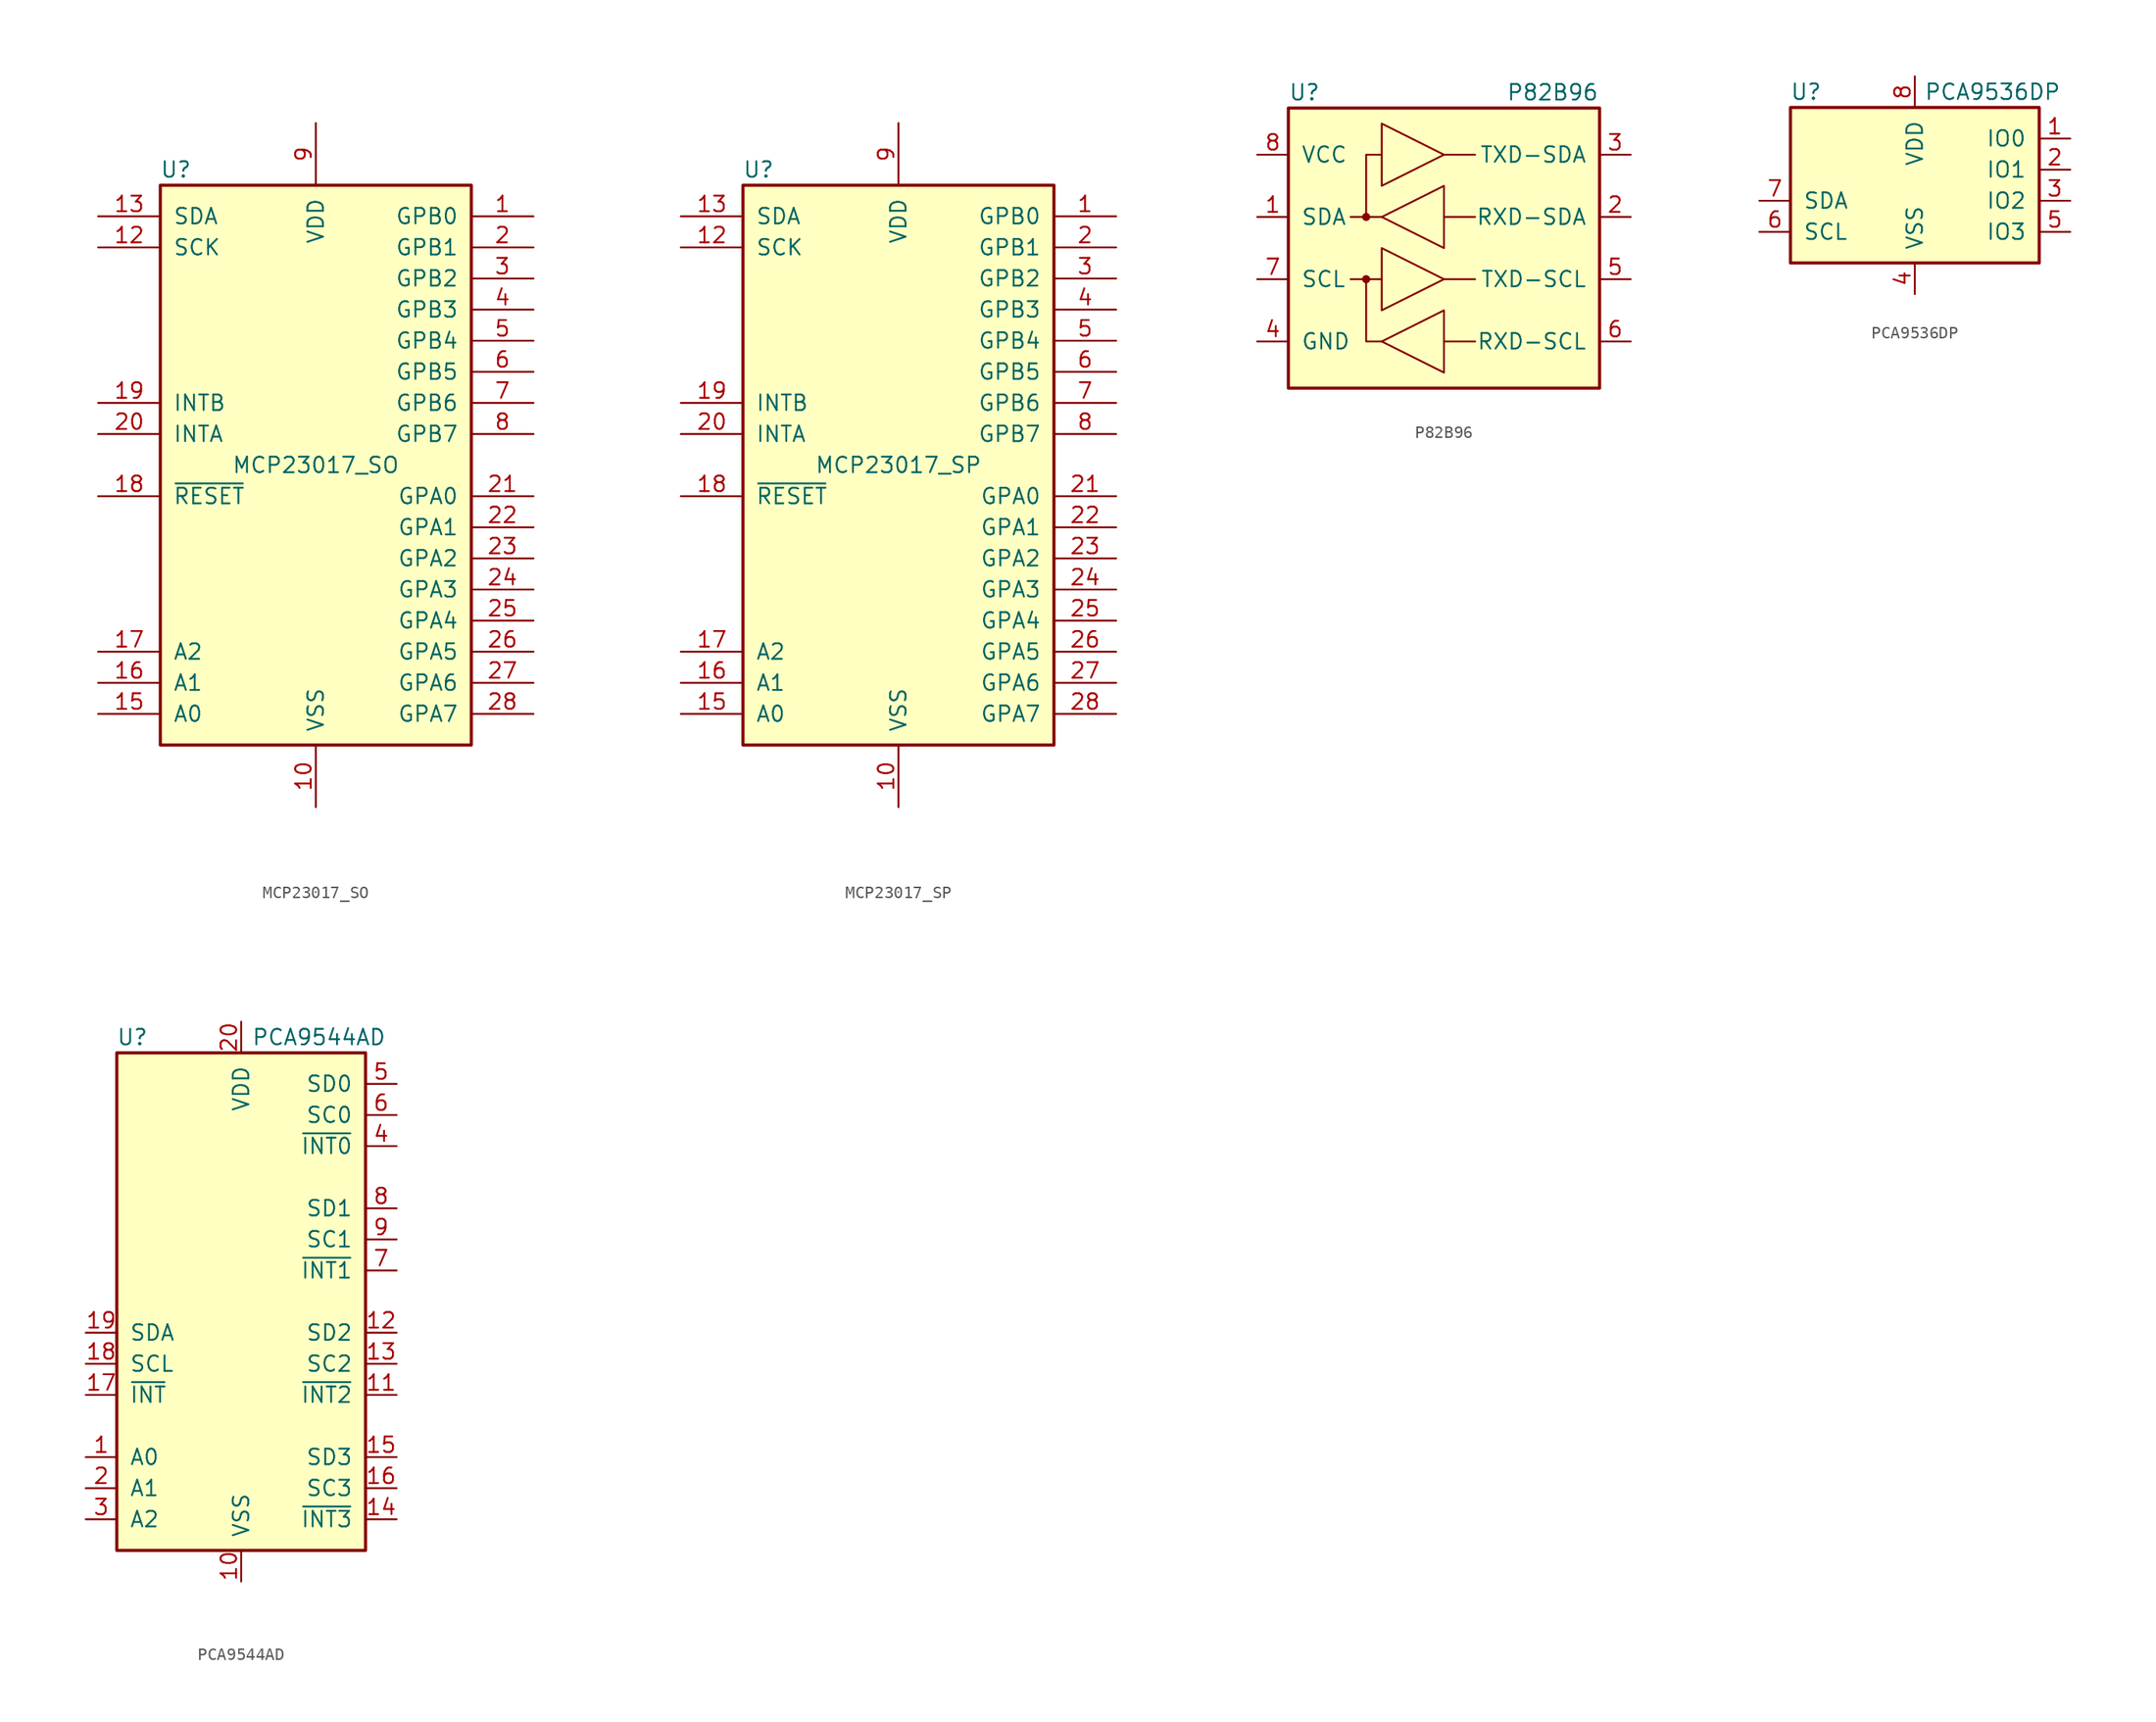
<source format=kicad_sym>
(kicad_symbol_lib
  (version 20201005)
  (generator kicad_symbol_editor)
  (symbol "MCP23017_SO"
    (pin_names
      (offset 1.016))
    (property "Reference" "U"
      (at -11.43 24.13 0)
      (effects (font (size 1.27 1.27))))
    (property "Value" "MCP23017_SO"
      (at 0 0 0)
      (effects (font (size 1.27 1.27))))
    (symbol "MCP23017_SO_0_1"
      (rectangle (start -12.7 22.86) (end 12.7 -22.86) (stroke (width 0.254)) (fill (type background))))
    (symbol "MCP23017_SO_1_1"
      (pin bidirectional line (at 17.78 20.32 180) (length 5.08) (name "GPB0" (effects (font (size 1.27 1.27)))) (number "1" (effects (font (size 1.27 1.27)))))
      (pin power_in line (at 0 -27.94 90) (length 5.08) (name "VSS" (effects (font (size 1.27 1.27)))) (number "10" (effects (font (size 1.27 1.27)))))
      (pin no_connect line (at -12.7 15.24 0) (length 5.08) hide (name "NC" (effects (font (size 1.27 1.27)))) (number "11" (effects (font (size 1.27 1.27)))))
      (pin input line (at -17.78 17.78 0) (length 5.08) (name "SCK" (effects (font (size 1.27 1.27)))) (number "12" (effects (font (size 1.27 1.27)))))
      (pin bidirectional line (at -17.78 20.32 0) (length 5.08) (name "SDA" (effects (font (size 1.27 1.27)))) (number "13" (effects (font (size 1.27 1.27)))))
      (pin no_connect line (at -12.7 12.7 0) (length 5.08) hide (name "NC" (effects (font (size 1.27 1.27)))) (number "14" (effects (font (size 1.27 1.27)))))
      (pin input line (at -17.78 -20.32 0) (length 5.08) (name "A0" (effects (font (size 1.27 1.27)))) (number "15" (effects (font (size 1.27 1.27)))))
      (pin input line (at -17.78 -17.78 0) (length 5.08) (name "A1" (effects (font (size 1.27 1.27)))) (number "16" (effects (font (size 1.27 1.27)))))
      (pin input line (at -17.78 -15.24 0) (length 5.08) (name "A2" (effects (font (size 1.27 1.27)))) (number "17" (effects (font (size 1.27 1.27)))))
      (pin input line (at -17.78 -2.54 0) (length 5.08) (name "~RESET~" (effects (font (size 1.27 1.27)))) (number "18" (effects (font (size 1.27 1.27)))))
      (pin tri_state line (at -17.78 5.08 0) (length 5.08) (name "INTB" (effects (font (size 1.27 1.27)))) (number "19" (effects (font (size 1.27 1.27)))))
      (pin bidirectional line (at 17.78 17.78 180) (length 5.08) (name "GPB1" (effects (font (size 1.27 1.27)))) (number "2" (effects (font (size 1.27 1.27)))))
      (pin tri_state line (at -17.78 2.54 0) (length 5.08) (name "INTA" (effects (font (size 1.27 1.27)))) (number "20" (effects (font (size 1.27 1.27)))))
      (pin bidirectional line (at 17.78 -2.54 180) (length 5.08) (name "GPA0" (effects (font (size 1.27 1.27)))) (number "21" (effects (font (size 1.27 1.27)))))
      (pin bidirectional line (at 17.78 -5.08 180) (length 5.08) (name "GPA1" (effects (font (size 1.27 1.27)))) (number "22" (effects (font (size 1.27 1.27)))))
      (pin bidirectional line (at 17.78 -7.62 180) (length 5.08) (name "GPA2" (effects (font (size 1.27 1.27)))) (number "23" (effects (font (size 1.27 1.27)))))
      (pin bidirectional line (at 17.78 -10.16 180) (length 5.08) (name "GPA3" (effects (font (size 1.27 1.27)))) (number "24" (effects (font (size 1.27 1.27)))))
      (pin bidirectional line (at 17.78 -12.7 180) (length 5.08) (name "GPA4" (effects (font (size 1.27 1.27)))) (number "25" (effects (font (size 1.27 1.27)))))
      (pin bidirectional line (at 17.78 -15.24 180) (length 5.08) (name "GPA5" (effects (font (size 1.27 1.27)))) (number "26" (effects (font (size 1.27 1.27)))))
      (pin bidirectional line (at 17.78 -17.78 180) (length 5.08) (name "GPA6" (effects (font (size 1.27 1.27)))) (number "27" (effects (font (size 1.27 1.27)))))
      (pin bidirectional line (at 17.78 -20.32 180) (length 5.08) (name "GPA7" (effects (font (size 1.27 1.27)))) (number "28" (effects (font (size 1.27 1.27)))))
      (pin bidirectional line (at 17.78 15.24 180) (length 5.08) (name "GPB2" (effects (font (size 1.27 1.27)))) (number "3" (effects (font (size 1.27 1.27)))))
      (pin bidirectional line (at 17.78 12.7 180) (length 5.08) (name "GPB3" (effects (font (size 1.27 1.27)))) (number "4" (effects (font (size 1.27 1.27)))))
      (pin bidirectional line (at 17.78 10.16 180) (length 5.08) (name "GPB4" (effects (font (size 1.27 1.27)))) (number "5" (effects (font (size 1.27 1.27)))))
      (pin bidirectional line (at 17.78 7.62 180) (length 5.08) (name "GPB5" (effects (font (size 1.27 1.27)))) (number "6" (effects (font (size 1.27 1.27)))))
      (pin bidirectional line (at 17.78 5.08 180) (length 5.08) (name "GPB6" (effects (font (size 1.27 1.27)))) (number "7" (effects (font (size 1.27 1.27)))))
      (pin bidirectional line (at 17.78 2.54 180) (length 5.08) (name "GPB7" (effects (font (size 1.27 1.27)))) (number "8" (effects (font (size 1.27 1.27)))))
      (pin power_in line (at 0 27.94 270) (length 5.08) (name "VDD" (effects (font (size 1.27 1.27)))) (number "9" (effects (font (size 1.27 1.27)))))))
  (symbol "MCP23017_SP"
    (pin_names
      (offset 1.016))
    (property "Reference" "U"
      (at -11.43 24.13 0)
      (effects (font (size 1.27 1.27))))
    (property "Value" "MCP23017_SP"
      (at 0 0 0)
      (effects (font (size 1.27 1.27))))
    (symbol "MCP23017_SP_0_1"
      (rectangle (start -12.7 22.86) (end 12.7 -22.86) (stroke (width 0.254)) (fill (type background))))
    (symbol "MCP23017_SP_1_1"
      (pin bidirectional line (at 17.78 20.32 180) (length 5.08) (name "GPB0" (effects (font (size 1.27 1.27)))) (number "1" (effects (font (size 1.27 1.27)))))
      (pin power_in line (at 0 -27.94 90) (length 5.08) (name "VSS" (effects (font (size 1.27 1.27)))) (number "10" (effects (font (size 1.27 1.27)))))
      (pin no_connect line (at -12.7 15.24 0) (length 5.08) hide (name "NC" (effects (font (size 1.27 1.27)))) (number "11" (effects (font (size 1.27 1.27)))))
      (pin input line (at -17.78 17.78 0) (length 5.08) (name "SCK" (effects (font (size 1.27 1.27)))) (number "12" (effects (font (size 1.27 1.27)))))
      (pin bidirectional line (at -17.78 20.32 0) (length 5.08) (name "SDA" (effects (font (size 1.27 1.27)))) (number "13" (effects (font (size 1.27 1.27)))))
      (pin no_connect line (at -12.7 12.7 0) (length 5.08) hide (name "NC" (effects (font (size 1.27 1.27)))) (number "14" (effects (font (size 1.27 1.27)))))
      (pin input line (at -17.78 -20.32 0) (length 5.08) (name "A0" (effects (font (size 1.27 1.27)))) (number "15" (effects (font (size 1.27 1.27)))))
      (pin input line (at -17.78 -17.78 0) (length 5.08) (name "A1" (effects (font (size 1.27 1.27)))) (number "16" (effects (font (size 1.27 1.27)))))
      (pin input line (at -17.78 -15.24 0) (length 5.08) (name "A2" (effects (font (size 1.27 1.27)))) (number "17" (effects (font (size 1.27 1.27)))))
      (pin input line (at -17.78 -2.54 0) (length 5.08) (name "~RESET~" (effects (font (size 1.27 1.27)))) (number "18" (effects (font (size 1.27 1.27)))))
      (pin tri_state line (at -17.78 5.08 0) (length 5.08) (name "INTB" (effects (font (size 1.27 1.27)))) (number "19" (effects (font (size 1.27 1.27)))))
      (pin bidirectional line (at 17.78 17.78 180) (length 5.08) (name "GPB1" (effects (font (size 1.27 1.27)))) (number "2" (effects (font (size 1.27 1.27)))))
      (pin tri_state line (at -17.78 2.54 0) (length 5.08) (name "INTA" (effects (font (size 1.27 1.27)))) (number "20" (effects (font (size 1.27 1.27)))))
      (pin bidirectional line (at 17.78 -2.54 180) (length 5.08) (name "GPA0" (effects (font (size 1.27 1.27)))) (number "21" (effects (font (size 1.27 1.27)))))
      (pin bidirectional line (at 17.78 -5.08 180) (length 5.08) (name "GPA1" (effects (font (size 1.27 1.27)))) (number "22" (effects (font (size 1.27 1.27)))))
      (pin bidirectional line (at 17.78 -7.62 180) (length 5.08) (name "GPA2" (effects (font (size 1.27 1.27)))) (number "23" (effects (font (size 1.27 1.27)))))
      (pin bidirectional line (at 17.78 -10.16 180) (length 5.08) (name "GPA3" (effects (font (size 1.27 1.27)))) (number "24" (effects (font (size 1.27 1.27)))))
      (pin bidirectional line (at 17.78 -12.7 180) (length 5.08) (name "GPA4" (effects (font (size 1.27 1.27)))) (number "25" (effects (font (size 1.27 1.27)))))
      (pin bidirectional line (at 17.78 -15.24 180) (length 5.08) (name "GPA5" (effects (font (size 1.27 1.27)))) (number "26" (effects (font (size 1.27 1.27)))))
      (pin bidirectional line (at 17.78 -17.78 180) (length 5.08) (name "GPA6" (effects (font (size 1.27 1.27)))) (number "27" (effects (font (size 1.27 1.27)))))
      (pin bidirectional line (at 17.78 -20.32 180) (length 5.08) (name "GPA7" (effects (font (size 1.27 1.27)))) (number "28" (effects (font (size 1.27 1.27)))))
      (pin bidirectional line (at 17.78 15.24 180) (length 5.08) (name "GPB2" (effects (font (size 1.27 1.27)))) (number "3" (effects (font (size 1.27 1.27)))))
      (pin bidirectional line (at 17.78 12.7 180) (length 5.08) (name "GPB3" (effects (font (size 1.27 1.27)))) (number "4" (effects (font (size 1.27 1.27)))))
      (pin bidirectional line (at 17.78 10.16 180) (length 5.08) (name "GPB4" (effects (font (size 1.27 1.27)))) (number "5" (effects (font (size 1.27 1.27)))))
      (pin bidirectional line (at 17.78 7.62 180) (length 5.08) (name "GPB5" (effects (font (size 1.27 1.27)))) (number "6" (effects (font (size 1.27 1.27)))))
      (pin bidirectional line (at 17.78 5.08 180) (length 5.08) (name "GPB6" (effects (font (size 1.27 1.27)))) (number "7" (effects (font (size 1.27 1.27)))))
      (pin bidirectional line (at 17.78 2.54 180) (length 5.08) (name "GPB7" (effects (font (size 1.27 1.27)))) (number "8" (effects (font (size 1.27 1.27)))))
      (pin power_in line (at 0 27.94 270) (length 5.08) (name "VDD" (effects (font (size 1.27 1.27)))) (number "9" (effects (font (size 1.27 1.27)))))))
  (symbol "P82B96"
    (pin_names
      (offset 1.016))
    (property "Reference" "U"
      (at -12.7 12.7 0)
      (effects (font (size 1.27 1.27)) (justify left)))
    (property "Value" "P82B96"
      (at 5.08 12.7 0)
      (effects (font (size 1.27 1.27)) (justify left)))
    (symbol "P82B96_0_1"
      (circle (center -6.35 -2.54) (radius 0.127) (stroke (width 0)) (fill (type none)))
      (circle (center -6.35 -2.54) (radius 0.254) (stroke (width 0)) (fill (type none)))
      (circle (center -6.35 2.54) (radius 0.127) (stroke (width 0)) (fill (type none)))
      (circle (center -6.35 2.54) (radius 0.254) (stroke (width 0)) (fill (type none)))
      (rectangle (start -12.7 11.43) (end 12.7 -11.43) (stroke (width 0.254)) (fill (type background)))
      (polyline (pts (xy -5.08 -2.54) (xy -7.62 -2.54)) (stroke (width 0)) (fill (type none)))
      (polyline (pts (xy 0 -7.62) (xy 2.54 -7.62)) (stroke (width 0)) (fill (type none)))
      (polyline (pts (xy 0 -2.54) (xy 2.54 -2.54)) (stroke (width 0)) (fill (type none)))
      (polyline (pts (xy -5.08 -7.62) (xy -6.35 -7.62) (xy -6.35 -2.54)) (stroke (width 0)) (fill (type none)))
      (polyline (pts (xy -5.08 2.54) (xy -7.62 2.54) (xy -7.62 2.54)) (stroke (width 0)) (fill (type none)))
      (polyline (pts (xy 0 7.62) (xy 2.54 7.62) (xy 2.54 7.62)) (stroke (width 0)) (fill (type none)))
      (polyline (pts (xy 2.54 2.54) (xy 0 2.54) (xy 0 2.54)) (stroke (width 0)) (fill (type none)))
      (polyline (pts (xy -6.35 2.54) (xy -6.35 7.62) (xy -5.08 7.62) (xy -5.08 7.62)) (stroke (width 0)) (fill (type none)))
      (polyline (pts (xy -5.08 0) (xy -5.08 -5.08) (xy 0 -2.54) (xy -5.08 0) (xy -5.08 0)) (stroke (width 0)) (fill (type none)))
      (polyline (pts (xy -5.08 10.16) (xy -5.08 5.08) (xy 0 7.62) (xy -5.08 10.16) (xy -5.08 10.16)) (stroke (width 0)) (fill (type none)))
      (polyline (pts (xy 0 -5.08) (xy -5.08 -7.62) (xy 0 -10.16) (xy 0 -5.08) (xy 0 -5.08)) (stroke (width 0)) (fill (type none)))
      (polyline (pts (xy 0 5.08) (xy -5.08 2.54) (xy 0 0) (xy 0 5.08) (xy 0 5.08)) (stroke (width 0)) (fill (type none))))
    (symbol "P82B96_1_1"
      (pin bidirectional line (at -15.24 2.54 0) (length 2.54) (name "SDA" (effects (font (size 1.27 1.27)))) (number "1" (effects (font (size 1.27 1.27)))))
      (pin input line (at 15.24 2.54 180) (length 2.54) (name "RXD-SDA" (effects (font (size 1.27 1.27)))) (number "2" (effects (font (size 1.27 1.27)))))
      (pin output line (at 15.24 7.62 180) (length 2.54) (name "TXD-SDA" (effects (font (size 1.27 1.27)))) (number "3" (effects (font (size 1.27 1.27)))))
      (pin power_in line (at -15.24 -7.62 0) (length 2.54) (name "GND" (effects (font (size 1.27 1.27)))) (number "4" (effects (font (size 1.27 1.27)))))
      (pin output line (at 15.24 -2.54 180) (length 2.54) (name "TXD-SCL" (effects (font (size 1.27 1.27)))) (number "5" (effects (font (size 1.27 1.27)))))
      (pin input line (at 15.24 -7.62 180) (length 2.54) (name "RXD-SCL" (effects (font (size 1.27 1.27)))) (number "6" (effects (font (size 1.27 1.27)))))
      (pin bidirectional line (at -15.24 -2.54 0) (length 2.54) (name "SCL" (effects (font (size 1.27 1.27)))) (number "7" (effects (font (size 1.27 1.27)))))
      (pin power_in line (at -15.24 7.62 0) (length 2.54) (name "VCC" (effects (font (size 1.27 1.27)))) (number "8" (effects (font (size 1.27 1.27)))))))
  (symbol "PCA9536DP"
    (pin_names
      (offset 1.016))
    (property "Reference" "U"
      (at -8.89 6.35 0)
      (effects (font (size 1.27 1.27))))
    (property "Value" "PCA9536DP"
      (at 6.35 6.35 0)
      (effects (font (size 1.27 1.27))))
    (symbol "PCA9536DP_0_1"
      (rectangle (start -10.16 5.08) (end 10.16 -7.62) (stroke (width 0.254)) (fill (type background))))
    (symbol "PCA9536DP_1_1"
      (pin bidirectional line (at 12.7 2.54 180) (length 2.54) (name "IO0" (effects (font (size 1.27 1.27)))) (number "1" (effects (font (size 1.27 1.27)))))
      (pin bidirectional line (at 12.7 0 180) (length 2.54) (name "IO1" (effects (font (size 1.27 1.27)))) (number "2" (effects (font (size 1.27 1.27)))))
      (pin bidirectional line (at 12.7 -2.54 180) (length 2.54) (name "IO2" (effects (font (size 1.27 1.27)))) (number "3" (effects (font (size 1.27 1.27)))))
      (pin power_in line (at 0 -10.16 90) (length 2.54) (name "VSS" (effects (font (size 1.27 1.27)))) (number "4" (effects (font (size 1.27 1.27)))))
      (pin bidirectional line (at 12.7 -5.08 180) (length 2.54) (name "IO3" (effects (font (size 1.27 1.27)))) (number "5" (effects (font (size 1.27 1.27)))))
      (pin bidirectional line (at -12.7 -5.08 0) (length 2.54) (name "SCL" (effects (font (size 1.27 1.27)))) (number "6" (effects (font (size 1.27 1.27)))))
      (pin bidirectional line (at -12.7 -2.54 0) (length 2.54) (name "SDA" (effects (font (size 1.27 1.27)))) (number "7" (effects (font (size 1.27 1.27)))))
      (pin power_in line (at 0 7.62 270) (length 2.54) (name "VDD" (effects (font (size 1.27 1.27)))) (number "8" (effects (font (size 1.27 1.27)))))))
  (symbol "PCA9544AD"
    (pin_names
      (offset 1.016))
    (property "Reference" "U"
      (at -8.89 21.59 0)
      (effects (font (size 1.27 1.27))))
    (property "Value" "PCA9544AD"
      (at 6.35 21.59 0)
      (effects (font (size 1.27 1.27))))
    (symbol "PCA9544AD_0_1"
      (rectangle (start 10.16 20.32) (end -10.16 -20.32) (stroke (width 0.254)) (fill (type background))))
    (symbol "PCA9544AD_1_1"
      (pin input line (at -12.7 -12.7 0) (length 2.54) (name "A0" (effects (font (size 1.27 1.27)))) (number "1" (effects (font (size 1.27 1.27)))))
      (pin power_in line (at 0 -22.86 90) (length 2.54) (name "VSS" (effects (font (size 1.27 1.27)))) (number "10" (effects (font (size 1.27 1.27)))))
      (pin input line (at 12.7 -7.62 180) (length 2.54) (name "~INT2" (effects (font (size 1.27 1.27)))) (number "11" (effects (font (size 1.27 1.27)))))
      (pin bidirectional line (at 12.7 -2.54 180) (length 2.54) (name "SD2" (effects (font (size 1.27 1.27)))) (number "12" (effects (font (size 1.27 1.27)))))
      (pin bidirectional line (at 12.7 -5.08 180) (length 2.54) (name "SC2" (effects (font (size 1.27 1.27)))) (number "13" (effects (font (size 1.27 1.27)))))
      (pin input line (at 12.7 -17.78 180) (length 2.54) (name "~INT3" (effects (font (size 1.27 1.27)))) (number "14" (effects (font (size 1.27 1.27)))))
      (pin bidirectional line (at 12.7 -12.7 180) (length 2.54) (name "SD3" (effects (font (size 1.27 1.27)))) (number "15" (effects (font (size 1.27 1.27)))))
      (pin bidirectional line (at 12.7 -15.24 180) (length 2.54) (name "SC3" (effects (font (size 1.27 1.27)))) (number "16" (effects (font (size 1.27 1.27)))))
      (pin open_collector line (at -12.7 -7.62 0) (length 2.54) (name "~INT" (effects (font (size 1.27 1.27)))) (number "17" (effects (font (size 1.27 1.27)))))
      (pin bidirectional line (at -12.7 -5.08 0) (length 2.54) (name "SCL" (effects (font (size 1.27 1.27)))) (number "18" (effects (font (size 1.27 1.27)))))
      (pin bidirectional line (at -12.7 -2.54 0) (length 2.54) (name "SDA" (effects (font (size 1.27 1.27)))) (number "19" (effects (font (size 1.27 1.27)))))
      (pin input line (at -12.7 -15.24 0) (length 2.54) (name "A1" (effects (font (size 1.27 1.27)))) (number "2" (effects (font (size 1.27 1.27)))))
      (pin power_in line (at 0 22.86 270) (length 2.54) (name "VDD" (effects (font (size 1.27 1.27)))) (number "20" (effects (font (size 1.27 1.27)))))
      (pin input line (at -12.7 -17.78 0) (length 2.54) (name "A2" (effects (font (size 1.27 1.27)))) (number "3" (effects (font (size 1.27 1.27)))))
      (pin input line (at 12.7 12.7 180) (length 2.54) (name "~INT0" (effects (font (size 1.27 1.27)))) (number "4" (effects (font (size 1.27 1.27)))))
      (pin bidirectional line (at 12.7 17.78 180) (length 2.54) (name "SD0" (effects (font (size 1.27 1.27)))) (number "5" (effects (font (size 1.27 1.27)))))
      (pin bidirectional line (at 12.7 15.24 180) (length 2.54) (name "SC0" (effects (font (size 1.27 1.27)))) (number "6" (effects (font (size 1.27 1.27)))))
      (pin input line (at 12.7 2.54 180) (length 2.54) (name "~INT1" (effects (font (size 1.27 1.27)))) (number "7" (effects (font (size 1.27 1.27)))))
      (pin bidirectional line (at 12.7 7.62 180) (length 2.54) (name "SD1" (effects (font (size 1.27 1.27)))) (number "8" (effects (font (size 1.27 1.27)))))
      (pin bidirectional line (at 12.7 5.08 180) (length 2.54) (name "SC1" (effects (font (size 1.27 1.27)))) (number "9" (effects (font (size 1.27 1.27))))))))
</source>
